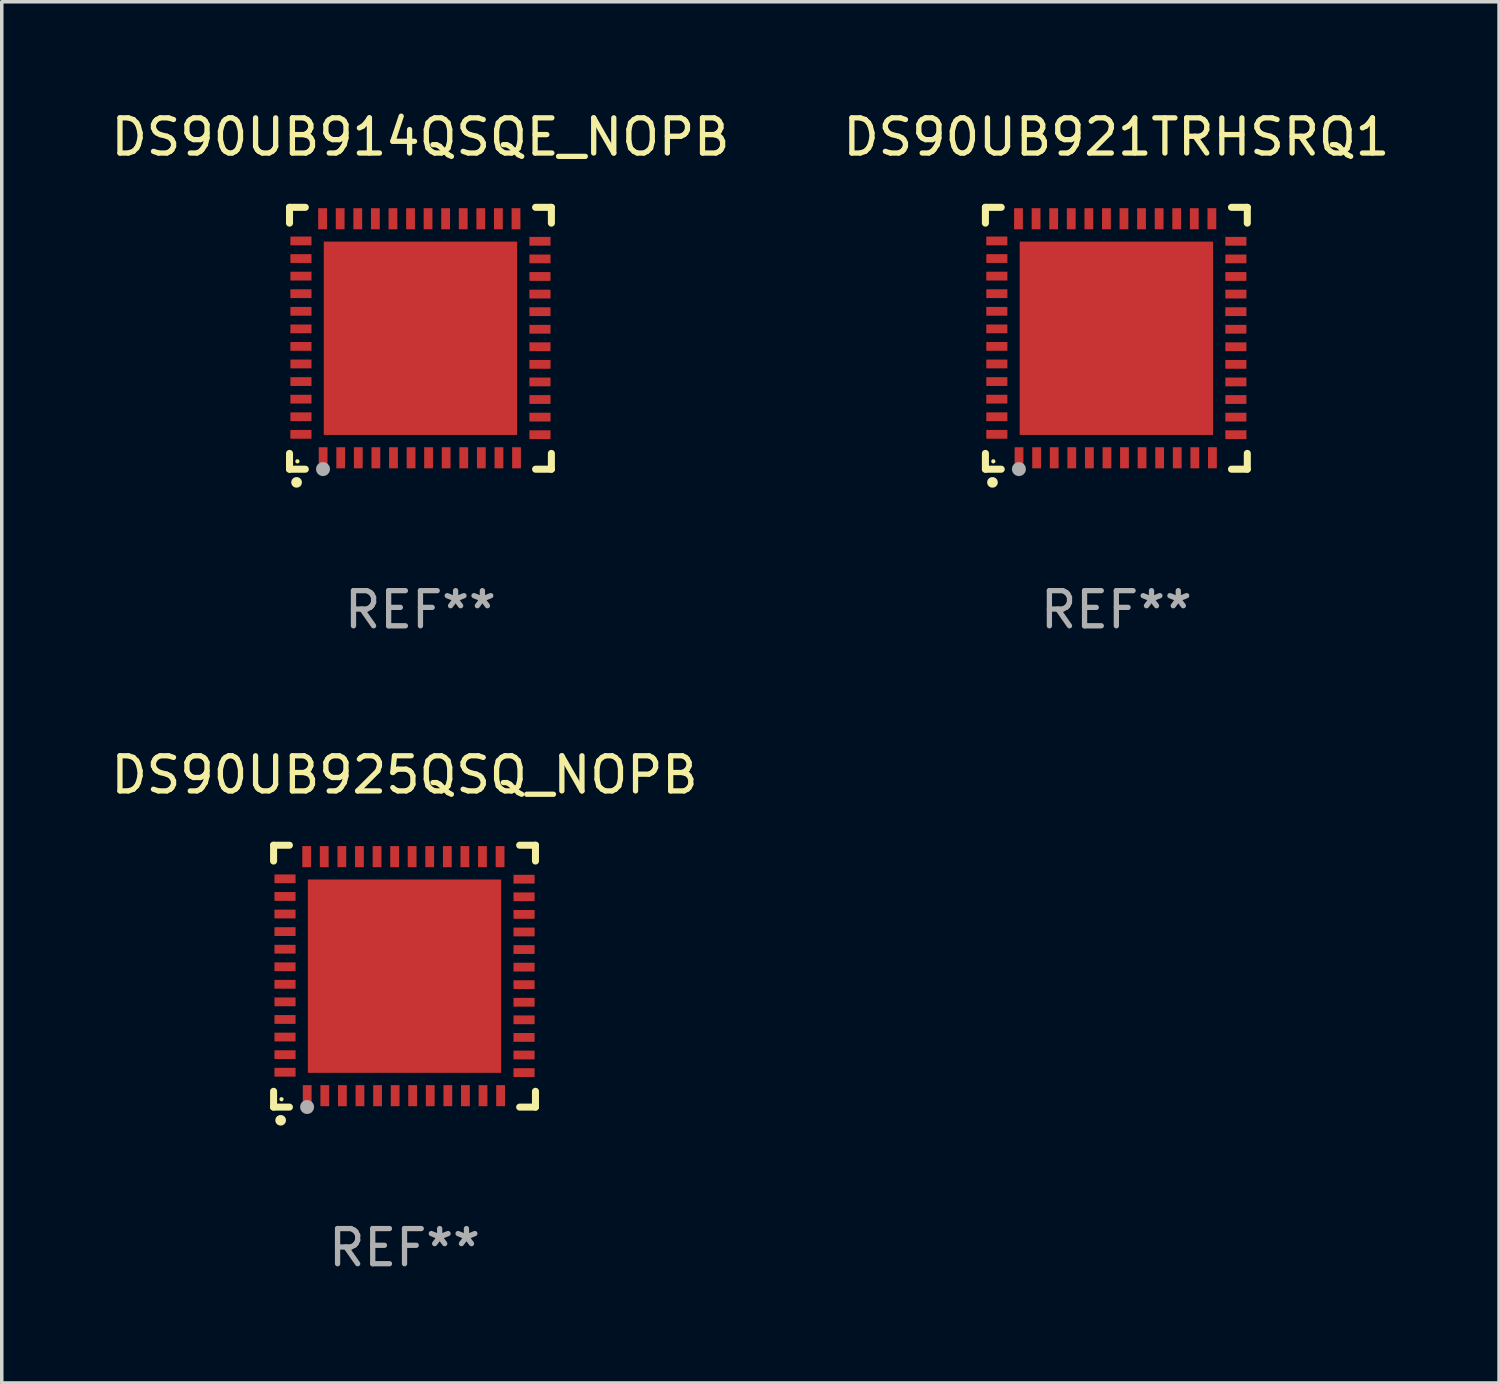
<source format=kicad_pcb>
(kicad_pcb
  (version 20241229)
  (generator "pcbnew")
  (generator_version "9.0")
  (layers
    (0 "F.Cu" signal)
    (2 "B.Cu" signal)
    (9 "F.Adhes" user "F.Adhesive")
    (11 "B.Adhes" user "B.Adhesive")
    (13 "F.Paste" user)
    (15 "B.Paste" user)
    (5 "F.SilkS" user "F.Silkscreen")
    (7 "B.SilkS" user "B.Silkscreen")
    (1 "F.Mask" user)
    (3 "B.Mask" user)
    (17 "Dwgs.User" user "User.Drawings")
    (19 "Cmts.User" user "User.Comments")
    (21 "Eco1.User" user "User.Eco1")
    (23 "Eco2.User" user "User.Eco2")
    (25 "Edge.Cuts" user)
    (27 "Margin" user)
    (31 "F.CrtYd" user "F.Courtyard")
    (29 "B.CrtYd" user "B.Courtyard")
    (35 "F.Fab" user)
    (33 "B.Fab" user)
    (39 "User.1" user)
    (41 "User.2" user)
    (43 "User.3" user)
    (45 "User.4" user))
  (footprint "DS90UB925QSQ_NOPB"
    (layer "F.Cu")
    (at 8.458 24.72)
    (property "Reference" "DS90UB925QSQ_NOPB" (at 0 -5.725 0) (layer "F.SilkS") (effects (font (size 1 1) (thickness 0.15))))
    (attr through_hole)
    (fp_line (start -3.725 -3.725) (end -3.275 -3.725) (stroke (width 0.2) (type solid)) (layer "F.SilkS"))
    (fp_line (start -3.725 -3.275) (end -3.725 -3.725) (stroke (width 0.2) (type solid)) (layer "F.SilkS"))
    (fp_line (start -3.725 3.725) (end -3.725 3.275) (stroke (width 0.2) (type solid)) (layer "F.SilkS"))
    (fp_line (start -3.275 3.725) (end -3.725 3.725) (stroke (width 0.2) (type solid)) (layer "F.SilkS"))
    (fp_line (start 3.275 3.725) (end 3.725 3.725) (stroke (width 0.2) (type solid)) (layer "F.SilkS"))
    (fp_line (start 3.725 -3.725) (end 3.275 -3.725) (stroke (width 0.2) (type solid)) (layer "F.SilkS"))
    (fp_line (start 3.725 -3.275) (end 3.725 -3.725) (stroke (width 0.2) (type solid)) (layer "F.SilkS"))
    (fp_line (start 3.725 3.725) (end 3.725 3.275) (stroke (width 0.2) (type solid)) (layer "F.SilkS"))
    (fp_arc (start -3.525527 4.099568) (mid -3.524257 4.099563) (end -3.522987 4.099568) (stroke (width 0.3) (type solid)) (layer "F.SilkS"))
    (fp_circle (center -3.5 3.501) (end -3.47 3.501) (stroke (width 0.06) (type solid)) (fill no) (layer "F.SilkS"))
    (fp_circle (center -2.772 3.722) (end -2.672 3.722) (stroke (width 0.2) (type solid)) (fill no) (layer "F.Fab"))
    (fp_text user "REF**" (at 0 7.725 0) (layer "F.Fab") (effects (font (size 1 1) (thickness 0.15))))
    (pad "1" smd rect (at -2.769 3.4 180) (size 0.25 0.6) (layers "F.Cu" "F.Mask" "F.Paste"))
    (pad "2" smd rect (at -2.268 3.4 180) (size 0.25 0.6) (layers "F.Cu" "F.Mask" "F.Paste"))
    (pad "3" smd rect (at -1.768 3.4 180) (size 0.25 0.6) (layers "F.Cu" "F.Mask" "F.Paste"))
    (pad "4" smd rect (at -1.268 3.4 180) (size 0.25 0.6) (layers "F.Cu" "F.Mask" "F.Paste"))
    (pad "5" smd rect (at -0.767 3.4 180) (size 0.25 0.6) (layers "F.Cu" "F.Mask" "F.Paste"))
    (pad "6" smd rect (at -0.267 3.4 180) (size 0.25 0.6) (layers "F.Cu" "F.Mask" "F.Paste"))
    (pad "7" smd rect (at 0.231 3.4 180) (size 0.25 0.6) (layers "F.Cu" "F.Mask" "F.Paste"))
    (pad "8" smd rect (at 0.731 3.4 180) (size 0.25 0.6) (layers "F.Cu" "F.Mask" "F.Paste"))
    (pad "9" smd rect (at 1.232 3.4 180) (size 0.25 0.6) (layers "F.Cu" "F.Mask" "F.Paste"))
    (pad "10" smd rect (at 1.732 3.4 180) (size 0.25 0.6) (layers "F.Cu" "F.Mask" "F.Paste"))
    (pad "11" smd rect (at 2.233 3.4 180) (size 0.25 0.6) (layers "F.Cu" "F.Mask" "F.Paste"))
    (pad "12" smd rect (at 2.733 3.4 180) (size 0.25 0.6) (layers "F.Cu" "F.Mask" "F.Paste"))
    (pad "13" smd rect (at 3.4 2.743 90) (size 0.25 0.6) (layers "F.Cu" "F.Mask" "F.Paste"))
    (pad "14" smd rect (at 3.4 2.243 90) (size 0.25 0.6) (layers "F.Cu" "F.Mask" "F.Paste"))
    (pad "15" smd rect (at 3.4 1.742 90) (size 0.25 0.6) (layers "F.Cu" "F.Mask" "F.Paste"))
    (pad "16" smd rect (at 3.4 1.242 90) (size 0.25 0.6) (layers "F.Cu" "F.Mask" "F.Paste"))
    (pad "17" smd rect (at 3.4 0.742 90) (size 0.25 0.6) (layers "F.Cu" "F.Mask" "F.Paste"))
    (pad "18" smd rect (at 3.4 0.241 90) (size 0.25 0.6) (layers "F.Cu" "F.Mask" "F.Paste"))
    (pad "19" smd rect (at 3.4 -0.257 90) (size 0.25 0.6) (layers "F.Cu" "F.Mask" "F.Paste"))
    (pad "20" smd rect (at 3.4 -0.757 90) (size 0.25 0.6) (layers "F.Cu" "F.Mask" "F.Paste"))
    (pad "21" smd rect (at 3.4 -1.257 90) (size 0.25 0.6) (layers "F.Cu" "F.Mask" "F.Paste"))
    (pad "22" smd rect (at 3.4 -1.758 90) (size 0.25 0.6) (layers "F.Cu" "F.Mask" "F.Paste"))
    (pad "23" smd rect (at 3.4 -2.258 90) (size 0.25 0.6) (layers "F.Cu" "F.Mask" "F.Paste"))
    (pad "24" smd rect (at 3.4 -2.759 90) (size 0.25 0.6) (layers "F.Cu" "F.Mask" "F.Paste"))
    (pad "25" smd rect (at 2.718 -3.4 180) (size 0.25 0.6) (layers "F.Cu" "F.Mask" "F.Paste"))
    (pad "26" smd rect (at 2.217 -3.4 180) (size 0.25 0.6) (layers "F.Cu" "F.Mask" "F.Paste"))
    (pad "27" smd rect (at 1.717 -3.4 180) (size 0.25 0.6) (layers "F.Cu" "F.Mask" "F.Paste"))
    (pad "28" smd rect (at 1.217 -3.4 180) (size 0.25 0.6) (layers "F.Cu" "F.Mask" "F.Paste"))
    (pad "29" smd rect (at 0.716 -3.4 180) (size 0.25 0.6) (layers "F.Cu" "F.Mask" "F.Paste"))
    (pad "30" smd rect (at 0.216 -3.4 180) (size 0.25 0.6) (layers "F.Cu" "F.Mask" "F.Paste"))
    (pad "31" smd rect (at -0.282 -3.4 180) (size 0.25 0.6) (layers "F.Cu" "F.Mask" "F.Paste"))
    (pad "32" smd rect (at -0.782 -3.4 180) (size 0.25 0.6) (layers "F.Cu" "F.Mask" "F.Paste"))
    (pad "33" smd rect (at -1.283 -3.4 180) (size 0.25 0.6) (layers "F.Cu" "F.Mask" "F.Paste"))
    (pad "34" smd rect (at -1.783 -3.4 180) (size 0.25 0.6) (layers "F.Cu" "F.Mask" "F.Paste"))
    (pad "35" smd rect (at -2.284 -3.4 180) (size 0.25 0.6) (layers "F.Cu" "F.Mask" "F.Paste"))
    (pad "36" smd rect (at -2.784 -3.4 180) (size 0.25 0.6) (layers "F.Cu" "F.Mask" "F.Paste"))
    (pad "37" smd rect (at -3.4 -2.769 90) (size 0.25 0.6) (layers "F.Cu" "F.Mask" "F.Paste"))
    (pad "38" smd rect (at -3.4 -2.268 90) (size 0.25 0.6) (layers "F.Cu" "F.Mask" "F.Paste"))
    (pad "39" smd rect (at -3.4 -1.768 90) (size 0.25 0.6) (layers "F.Cu" "F.Mask" "F.Paste"))
    (pad "40" smd rect (at -3.4 -1.268 90) (size 0.25 0.6) (layers "F.Cu" "F.Mask" "F.Paste"))
    (pad "41" smd rect (at -3.4 -0.767 90) (size 0.25 0.6) (layers "F.Cu" "F.Mask" "F.Paste"))
    (pad "42" smd rect (at -3.4 -0.267 90) (size 0.25 0.6) (layers "F.Cu" "F.Mask" "F.Paste"))
    (pad "43" smd rect (at -3.4 0.231 90) (size 0.25 0.6) (layers "F.Cu" "F.Mask" "F.Paste"))
    (pad "44" smd rect (at -3.4 0.731 90) (size 0.25 0.6) (layers "F.Cu" "F.Mask" "F.Paste"))
    (pad "45" smd rect (at -3.4 1.232 90) (size 0.25 0.6) (layers "F.Cu" "F.Mask" "F.Paste"))
    (pad "46" smd rect (at -3.4 1.732 90) (size 0.25 0.6) (layers "F.Cu" "F.Mask" "F.Paste"))
    (pad "47" smd rect (at -3.4 2.233 90) (size 0.25 0.6) (layers "F.Cu" "F.Mask" "F.Paste"))
    (pad "48" smd rect (at -3.4 2.733 90) (size 0.25 0.6) (layers "F.Cu" "F.Mask" "F.Paste"))
    (pad "49" smd rect (at -0.000076 -0.000076 90) (size 5.5 5.5) (layers "F.Cu" "F.Mask" "F.Paste")))
  (footprint "DS90UB914QSQE_NOPB"
    (layer "F.Cu")
    (at 8.911 6.573)
    (property "Reference" "DS90UB914QSQE_NOPB" (at 0 -5.725 0) (layer "F.SilkS") (effects (font (size 1 1) (thickness 0.15))))
    (attr through_hole)
    (fp_line (start -3.725 -3.725) (end -3.275 -3.725) (stroke (width 0.2) (type solid)) (layer "F.SilkS"))
    (fp_line (start -3.725 -3.275) (end -3.725 -3.725) (stroke (width 0.2) (type solid)) (layer "F.SilkS"))
    (fp_line (start -3.725 3.725) (end -3.725 3.275) (stroke (width 0.2) (type solid)) (layer "F.SilkS"))
    (fp_line (start -3.275 3.725) (end -3.725 3.725) (stroke (width 0.2) (type solid)) (layer "F.SilkS"))
    (fp_line (start 3.275 3.725) (end 3.725 3.725) (stroke (width 0.2) (type solid)) (layer "F.SilkS"))
    (fp_line (start 3.725 -3.725) (end 3.275 -3.725) (stroke (width 0.2) (type solid)) (layer "F.SilkS"))
    (fp_line (start 3.725 -3.275) (end 3.725 -3.725) (stroke (width 0.2) (type solid)) (layer "F.SilkS"))
    (fp_line (start 3.725 3.725) (end 3.725 3.275) (stroke (width 0.2) (type solid)) (layer "F.SilkS"))
    (fp_arc (start -3.525527 4.099568) (mid -3.524257 4.099563) (end -3.522987 4.099568) (stroke (width 0.3) (type solid)) (layer "F.SilkS"))
    (fp_circle (center -3.5 3.501) (end -3.47 3.501) (stroke (width 0.06) (type solid)) (fill no) (layer "F.SilkS"))
    (fp_circle (center -2.772 3.722) (end -2.672 3.722) (stroke (width 0.2) (type solid)) (fill no) (layer "F.Fab"))
    (fp_text user "REF**" (at 0 7.725 0) (layer "F.Fab") (effects (font (size 1 1) (thickness 0.15))))
    (pad "1" smd rect (at -2.769 3.4 180) (size 0.25 0.6) (layers "F.Cu" "F.Mask" "F.Paste"))
    (pad "2" smd rect (at -2.268 3.4 180) (size 0.25 0.6) (layers "F.Cu" "F.Mask" "F.Paste"))
    (pad "3" smd rect (at -1.768 3.4 180) (size 0.25 0.6) (layers "F.Cu" "F.Mask" "F.Paste"))
    (pad "4" smd rect (at -1.268 3.4 180) (size 0.25 0.6) (layers "F.Cu" "F.Mask" "F.Paste"))
    (pad "5" smd rect (at -0.767 3.4 180) (size 0.25 0.6) (layers "F.Cu" "F.Mask" "F.Paste"))
    (pad "6" smd rect (at -0.267 3.4 180) (size 0.25 0.6) (layers "F.Cu" "F.Mask" "F.Paste"))
    (pad "7" smd rect (at 0.231 3.4 180) (size 0.25 0.6) (layers "F.Cu" "F.Mask" "F.Paste"))
    (pad "8" smd rect (at 0.731 3.4 180) (size 0.25 0.6) (layers "F.Cu" "F.Mask" "F.Paste"))
    (pad "9" smd rect (at 1.232 3.4 180) (size 0.25 0.6) (layers "F.Cu" "F.Mask" "F.Paste"))
    (pad "10" smd rect (at 1.732 3.4 180) (size 0.25 0.6) (layers "F.Cu" "F.Mask" "F.Paste"))
    (pad "11" smd rect (at 2.233 3.4 180) (size 0.25 0.6) (layers "F.Cu" "F.Mask" "F.Paste"))
    (pad "12" smd rect (at 2.733 3.4 180) (size 0.25 0.6) (layers "F.Cu" "F.Mask" "F.Paste"))
    (pad "13" smd rect (at 3.4 2.743 90) (size 0.25 0.6) (layers "F.Cu" "F.Mask" "F.Paste"))
    (pad "14" smd rect (at 3.4 2.243 90) (size 0.25 0.6) (layers "F.Cu" "F.Mask" "F.Paste"))
    (pad "15" smd rect (at 3.4 1.742 90) (size 0.25 0.6) (layers "F.Cu" "F.Mask" "F.Paste"))
    (pad "16" smd rect (at 3.4 1.242 90) (size 0.25 0.6) (layers "F.Cu" "F.Mask" "F.Paste"))
    (pad "17" smd rect (at 3.4 0.742 90) (size 0.25 0.6) (layers "F.Cu" "F.Mask" "F.Paste"))
    (pad "18" smd rect (at 3.4 0.241 90) (size 0.25 0.6) (layers "F.Cu" "F.Mask" "F.Paste"))
    (pad "19" smd rect (at 3.4 -0.257 90) (size 0.25 0.6) (layers "F.Cu" "F.Mask" "F.Paste"))
    (pad "20" smd rect (at 3.4 -0.757 90) (size 0.25 0.6) (layers "F.Cu" "F.Mask" "F.Paste"))
    (pad "21" smd rect (at 3.4 -1.257 90) (size 0.25 0.6) (layers "F.Cu" "F.Mask" "F.Paste"))
    (pad "22" smd rect (at 3.4 -1.758 90) (size 0.25 0.6) (layers "F.Cu" "F.Mask" "F.Paste"))
    (pad "23" smd rect (at 3.4 -2.258 90) (size 0.25 0.6) (layers "F.Cu" "F.Mask" "F.Paste"))
    (pad "24" smd rect (at 3.4 -2.759 90) (size 0.25 0.6) (layers "F.Cu" "F.Mask" "F.Paste"))
    (pad "25" smd rect (at 2.718 -3.4 180) (size 0.25 0.6) (layers "F.Cu" "F.Mask" "F.Paste"))
    (pad "26" smd rect (at 2.217 -3.4 180) (size 0.25 0.6) (layers "F.Cu" "F.Mask" "F.Paste"))
    (pad "27" smd rect (at 1.717 -3.4 180) (size 0.25 0.6) (layers "F.Cu" "F.Mask" "F.Paste"))
    (pad "28" smd rect (at 1.217 -3.4 180) (size 0.25 0.6) (layers "F.Cu" "F.Mask" "F.Paste"))
    (pad "29" smd rect (at 0.716 -3.4 180) (size 0.25 0.6) (layers "F.Cu" "F.Mask" "F.Paste"))
    (pad "30" smd rect (at 0.216 -3.4 180) (size 0.25 0.6) (layers "F.Cu" "F.Mask" "F.Paste"))
    (pad "31" smd rect (at -0.282 -3.4 180) (size 0.25 0.6) (layers "F.Cu" "F.Mask" "F.Paste"))
    (pad "32" smd rect (at -0.782 -3.4 180) (size 0.25 0.6) (layers "F.Cu" "F.Mask" "F.Paste"))
    (pad "33" smd rect (at -1.283 -3.4 180) (size 0.25 0.6) (layers "F.Cu" "F.Mask" "F.Paste"))
    (pad "34" smd rect (at -1.783 -3.4 180) (size 0.25 0.6) (layers "F.Cu" "F.Mask" "F.Paste"))
    (pad "35" smd rect (at -2.284 -3.4 180) (size 0.25 0.6) (layers "F.Cu" "F.Mask" "F.Paste"))
    (pad "36" smd rect (at -2.784 -3.4 180) (size 0.25 0.6) (layers "F.Cu" "F.Mask" "F.Paste"))
    (pad "37" smd rect (at -3.4 -2.769 90) (size 0.25 0.6) (layers "F.Cu" "F.Mask" "F.Paste"))
    (pad "38" smd rect (at -3.4 -2.268 90) (size 0.25 0.6) (layers "F.Cu" "F.Mask" "F.Paste"))
    (pad "39" smd rect (at -3.4 -1.768 90) (size 0.25 0.6) (layers "F.Cu" "F.Mask" "F.Paste"))
    (pad "40" smd rect (at -3.4 -1.268 90) (size 0.25 0.6) (layers "F.Cu" "F.Mask" "F.Paste"))
    (pad "41" smd rect (at -3.4 -0.767 90) (size 0.25 0.6) (layers "F.Cu" "F.Mask" "F.Paste"))
    (pad "42" smd rect (at -3.4 -0.267 90) (size 0.25 0.6) (layers "F.Cu" "F.Mask" "F.Paste"))
    (pad "43" smd rect (at -3.4 0.231 90) (size 0.25 0.6) (layers "F.Cu" "F.Mask" "F.Paste"))
    (pad "44" smd rect (at -3.4 0.731 90) (size 0.25 0.6) (layers "F.Cu" "F.Mask" "F.Paste"))
    (pad "45" smd rect (at -3.4 1.232 90) (size 0.25 0.6) (layers "F.Cu" "F.Mask" "F.Paste"))
    (pad "46" smd rect (at -3.4 1.732 90) (size 0.25 0.6) (layers "F.Cu" "F.Mask" "F.Paste"))
    (pad "47" smd rect (at -3.4 2.233 90) (size 0.25 0.6) (layers "F.Cu" "F.Mask" "F.Paste"))
    (pad "48" smd rect (at -3.4 2.733 90) (size 0.25 0.6) (layers "F.Cu" "F.Mask" "F.Paste"))
    (pad "49" smd rect (at -0.000076 -0.000076 90) (size 5.5 5.5) (layers "F.Cu" "F.Mask" "F.Paste")))
  (footprint "DS90UB921TRHSRQ1"
    (layer "F.Cu")
    (at 28.708 6.573)
    (property "Reference" "DS90UB921TRHSRQ1" (at 0 -5.725 0) (layer "F.SilkS") (effects (font (size 1 1) (thickness 0.15))))
    (attr through_hole)
    (fp_line (start -3.725 -3.725) (end -3.275 -3.725) (stroke (width 0.2) (type solid)) (layer "F.SilkS"))
    (fp_line (start -3.725 -3.275) (end -3.725 -3.725) (stroke (width 0.2) (type solid)) (layer "F.SilkS"))
    (fp_line (start -3.725 3.725) (end -3.725 3.275) (stroke (width 0.2) (type solid)) (layer "F.SilkS"))
    (fp_line (start -3.275 3.725) (end -3.725 3.725) (stroke (width 0.2) (type solid)) (layer "F.SilkS"))
    (fp_line (start 3.275 3.725) (end 3.725 3.725) (stroke (width 0.2) (type solid)) (layer "F.SilkS"))
    (fp_line (start 3.725 -3.725) (end 3.275 -3.725) (stroke (width 0.2) (type solid)) (layer "F.SilkS"))
    (fp_line (start 3.725 -3.275) (end 3.725 -3.725) (stroke (width 0.2) (type solid)) (layer "F.SilkS"))
    (fp_line (start 3.725 3.725) (end 3.725 3.275) (stroke (width 0.2) (type solid)) (layer "F.SilkS"))
    (fp_arc (start -3.525527 4.099568) (mid -3.524257 4.099563) (end -3.522987 4.099568) (stroke (width 0.3) (type solid)) (layer "F.SilkS"))
    (fp_circle (center -3.5 3.501) (end -3.47 3.501) (stroke (width 0.06) (type solid)) (fill no) (layer "F.SilkS"))
    (fp_circle (center -2.772 3.722) (end -2.672 3.722) (stroke (width 0.2) (type solid)) (fill no) (layer "F.Fab"))
    (fp_text user "REF**" (at 0 7.725 0) (layer "F.Fab") (effects (font (size 1 1) (thickness 0.15))))
    (pad "1" smd rect (at -2.769 3.4 180) (size 0.25 0.6) (layers "F.Cu" "F.Mask" "F.Paste"))
    (pad "2" smd rect (at -2.268 3.4 180) (size 0.25 0.6) (layers "F.Cu" "F.Mask" "F.Paste"))
    (pad "3" smd rect (at -1.768 3.4 180) (size 0.25 0.6) (layers "F.Cu" "F.Mask" "F.Paste"))
    (pad "4" smd rect (at -1.268 3.4 180) (size 0.25 0.6) (layers "F.Cu" "F.Mask" "F.Paste"))
    (pad "5" smd rect (at -0.767 3.4 180) (size 0.25 0.6) (layers "F.Cu" "F.Mask" "F.Paste"))
    (pad "6" smd rect (at -0.267 3.4 180) (size 0.25 0.6) (layers "F.Cu" "F.Mask" "F.Paste"))
    (pad "7" smd rect (at 0.231 3.4 180) (size 0.25 0.6) (layers "F.Cu" "F.Mask" "F.Paste"))
    (pad "8" smd rect (at 0.731 3.4 180) (size 0.25 0.6) (layers "F.Cu" "F.Mask" "F.Paste"))
    (pad "9" smd rect (at 1.232 3.4 180) (size 0.25 0.6) (layers "F.Cu" "F.Mask" "F.Paste"))
    (pad "10" smd rect (at 1.732 3.4 180) (size 0.25 0.6) (layers "F.Cu" "F.Mask" "F.Paste"))
    (pad "11" smd rect (at 2.233 3.4 180) (size 0.25 0.6) (layers "F.Cu" "F.Mask" "F.Paste"))
    (pad "12" smd rect (at 2.733 3.4 180) (size 0.25 0.6) (layers "F.Cu" "F.Mask" "F.Paste"))
    (pad "13" smd rect (at 3.4 2.743 90) (size 0.25 0.6) (layers "F.Cu" "F.Mask" "F.Paste"))
    (pad "14" smd rect (at 3.4 2.243 90) (size 0.25 0.6) (layers "F.Cu" "F.Mask" "F.Paste"))
    (pad "15" smd rect (at 3.4 1.742 90) (size 0.25 0.6) (layers "F.Cu" "F.Mask" "F.Paste"))
    (pad "16" smd rect (at 3.4 1.242 90) (size 0.25 0.6) (layers "F.Cu" "F.Mask" "F.Paste"))
    (pad "17" smd rect (at 3.4 0.742 90) (size 0.25 0.6) (layers "F.Cu" "F.Mask" "F.Paste"))
    (pad "18" smd rect (at 3.4 0.241 90) (size 0.25 0.6) (layers "F.Cu" "F.Mask" "F.Paste"))
    (pad "19" smd rect (at 3.4 -0.257 90) (size 0.25 0.6) (layers "F.Cu" "F.Mask" "F.Paste"))
    (pad "20" smd rect (at 3.4 -0.757 90) (size 0.25 0.6) (layers "F.Cu" "F.Mask" "F.Paste"))
    (pad "21" smd rect (at 3.4 -1.257 90) (size 0.25 0.6) (layers "F.Cu" "F.Mask" "F.Paste"))
    (pad "22" smd rect (at 3.4 -1.758 90) (size 0.25 0.6) (layers "F.Cu" "F.Mask" "F.Paste"))
    (pad "23" smd rect (at 3.4 -2.258 90) (size 0.25 0.6) (layers "F.Cu" "F.Mask" "F.Paste"))
    (pad "24" smd rect (at 3.4 -2.759 90) (size 0.25 0.6) (layers "F.Cu" "F.Mask" "F.Paste"))
    (pad "25" smd rect (at 2.718 -3.4 180) (size 0.25 0.6) (layers "F.Cu" "F.Mask" "F.Paste"))
    (pad "26" smd rect (at 2.217 -3.4 180) (size 0.25 0.6) (layers "F.Cu" "F.Mask" "F.Paste"))
    (pad "27" smd rect (at 1.717 -3.4 180) (size 0.25 0.6) (layers "F.Cu" "F.Mask" "F.Paste"))
    (pad "28" smd rect (at 1.217 -3.4 180) (size 0.25 0.6) (layers "F.Cu" "F.Mask" "F.Paste"))
    (pad "29" smd rect (at 0.716 -3.4 180) (size 0.25 0.6) (layers "F.Cu" "F.Mask" "F.Paste"))
    (pad "30" smd rect (at 0.216 -3.4 180) (size 0.25 0.6) (layers "F.Cu" "F.Mask" "F.Paste"))
    (pad "31" smd rect (at -0.282 -3.4 180) (size 0.25 0.6) (layers "F.Cu" "F.Mask" "F.Paste"))
    (pad "32" smd rect (at -0.782 -3.4 180) (size 0.25 0.6) (layers "F.Cu" "F.Mask" "F.Paste"))
    (pad "33" smd rect (at -1.283 -3.4 180) (size 0.25 0.6) (layers "F.Cu" "F.Mask" "F.Paste"))
    (pad "34" smd rect (at -1.783 -3.4 180) (size 0.25 0.6) (layers "F.Cu" "F.Mask" "F.Paste"))
    (pad "35" smd rect (at -2.284 -3.4 180) (size 0.25 0.6) (layers "F.Cu" "F.Mask" "F.Paste"))
    (pad "36" smd rect (at -2.784 -3.4 180) (size 0.25 0.6) (layers "F.Cu" "F.Mask" "F.Paste"))
    (pad "37" smd rect (at -3.4 -2.769 90) (size 0.25 0.6) (layers "F.Cu" "F.Mask" "F.Paste"))
    (pad "38" smd rect (at -3.4 -2.268 90) (size 0.25 0.6) (layers "F.Cu" "F.Mask" "F.Paste"))
    (pad "39" smd rect (at -3.4 -1.768 90) (size 0.25 0.6) (layers "F.Cu" "F.Mask" "F.Paste"))
    (pad "40" smd rect (at -3.4 -1.268 90) (size 0.25 0.6) (layers "F.Cu" "F.Mask" "F.Paste"))
    (pad "41" smd rect (at -3.4 -0.767 90) (size 0.25 0.6) (layers "F.Cu" "F.Mask" "F.Paste"))
    (pad "42" smd rect (at -3.4 -0.267 90) (size 0.25 0.6) (layers "F.Cu" "F.Mask" "F.Paste"))
    (pad "43" smd rect (at -3.4 0.231 90) (size 0.25 0.6) (layers "F.Cu" "F.Mask" "F.Paste"))
    (pad "44" smd rect (at -3.4 0.731 90) (size 0.25 0.6) (layers "F.Cu" "F.Mask" "F.Paste"))
    (pad "45" smd rect (at -3.4 1.232 90) (size 0.25 0.6) (layers "F.Cu" "F.Mask" "F.Paste"))
    (pad "46" smd rect (at -3.4 1.732 90) (size 0.25 0.6) (layers "F.Cu" "F.Mask" "F.Paste"))
    (pad "47" smd rect (at -3.4 2.233 90) (size 0.25 0.6) (layers "F.Cu" "F.Mask" "F.Paste"))
    (pad "48" smd rect (at -3.4 2.733 90) (size 0.25 0.6) (layers "F.Cu" "F.Mask" "F.Paste"))
    (pad "49" smd rect (at -0.000076 -0.000076 90) (size 5.5 5.5) (layers "F.Cu" "F.Mask" "F.Paste")))
  (gr_rect
    (start -3 -3)
    (end 39.595 36.293)
    (stroke (width 0.1) (type default))
    (fill no)
    (layer "Edge.Cuts")))
</source>
